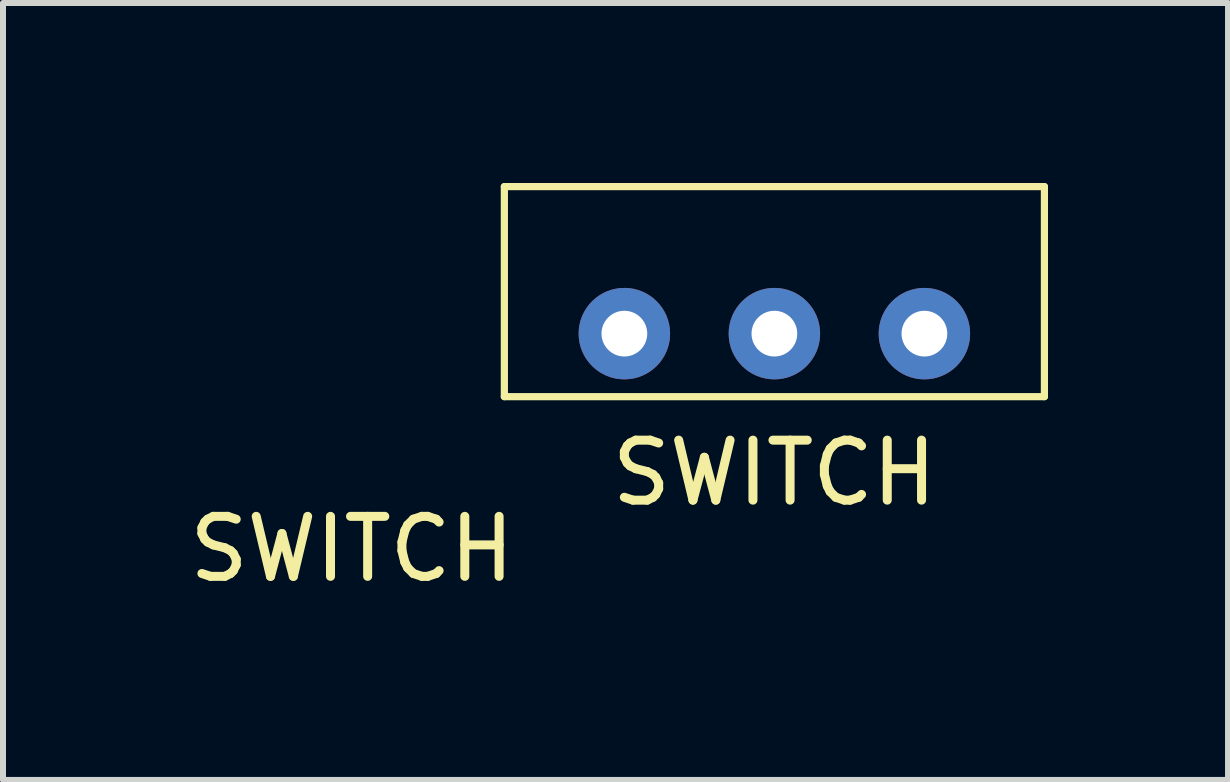
<source format=kicad_pcb>
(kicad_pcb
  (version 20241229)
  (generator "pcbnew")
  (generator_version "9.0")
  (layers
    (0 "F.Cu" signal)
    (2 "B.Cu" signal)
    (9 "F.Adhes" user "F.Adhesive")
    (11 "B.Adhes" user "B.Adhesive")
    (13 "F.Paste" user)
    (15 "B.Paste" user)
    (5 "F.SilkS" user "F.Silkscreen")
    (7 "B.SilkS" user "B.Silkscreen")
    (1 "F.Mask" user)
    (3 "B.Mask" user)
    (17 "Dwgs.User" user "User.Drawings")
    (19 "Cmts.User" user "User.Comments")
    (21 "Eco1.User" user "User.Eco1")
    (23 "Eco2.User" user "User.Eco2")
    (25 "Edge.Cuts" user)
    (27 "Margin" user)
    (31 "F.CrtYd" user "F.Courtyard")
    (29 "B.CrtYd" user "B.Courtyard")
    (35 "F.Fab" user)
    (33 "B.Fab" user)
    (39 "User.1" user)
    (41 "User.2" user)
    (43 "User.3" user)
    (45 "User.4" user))
  (footprint "SWITCH"
    (layer "F.Cu")
    (at 5.355 3.56)
    (property "Reference" "SWITCH" (at -2.54 2.54 0) (layer "F.SilkS") (effects (font (size 1 1) (thickness 0.15))))
    (attr through_hole)
    (fp_line (start 0 -3.5) (end 0 0) (stroke (width 0.12) (type solid)) (layer "F.SilkS"))
    (fp_line (start 0 0) (end 9 0) (stroke (width 0.12) (type solid)) (layer "F.SilkS"))
    (fp_line (start 9 -3.5) (end 0 -3.5) (stroke (width 0.12) (type solid)) (layer "F.SilkS"))
    (fp_line (start 9 0) (end 9 -3.5) (stroke (width 0.12) (type solid)) (layer "F.SilkS"))
    (fp_text user "SWITCH" (at 4.5 1.27 0) (layer "F.SilkS") (effects (font (size 1 1) (thickness 0.15))))
    (pad "1" thru_hole circle (at 2 -1.05) (size 1.524 1.524) (drill 0.762) (layers "*.Cu" "*.Mask"))
    (pad "2" thru_hole circle (at 4.5 -1.05) (size 1.524 1.524) (drill 0.762) (layers "*.Cu" "*.Mask"))
    (pad "3" thru_hole circle (at 7 -1.05) (size 1.524 1.524) (drill 0.762) (layers "*.Cu" "*.Mask")))
  (gr_rect
    (start -3 -3)
    (end 17.415 9.948)
    (stroke (width 0.1) (type default))
    (fill no)
    (layer "Edge.Cuts")))
</source>
